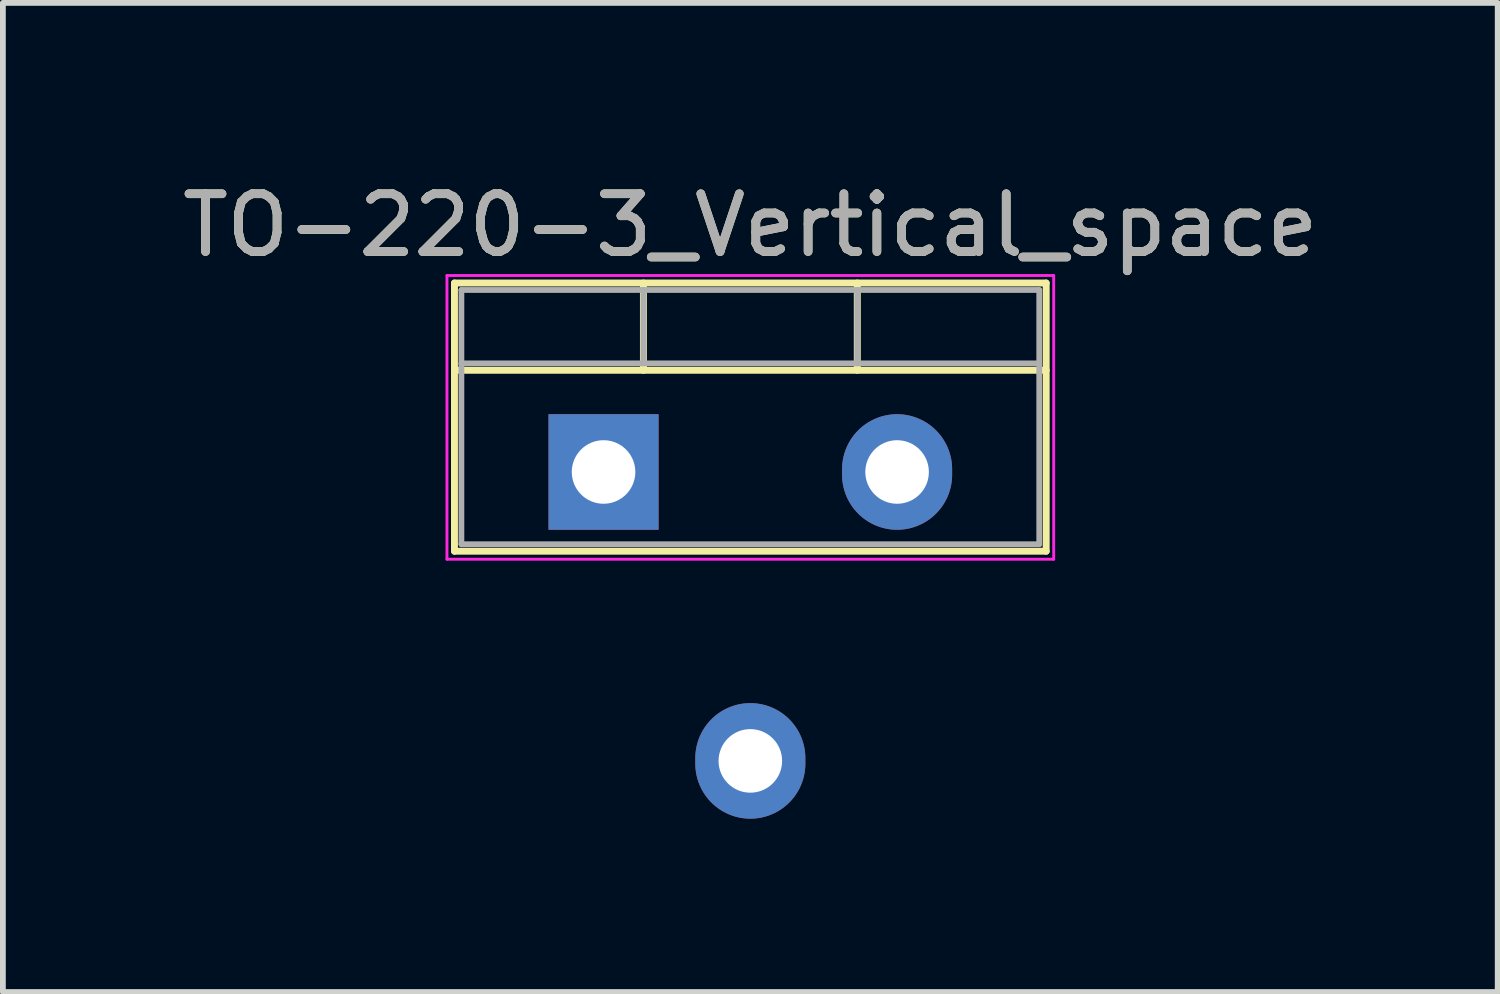
<source format=kicad_pcb>
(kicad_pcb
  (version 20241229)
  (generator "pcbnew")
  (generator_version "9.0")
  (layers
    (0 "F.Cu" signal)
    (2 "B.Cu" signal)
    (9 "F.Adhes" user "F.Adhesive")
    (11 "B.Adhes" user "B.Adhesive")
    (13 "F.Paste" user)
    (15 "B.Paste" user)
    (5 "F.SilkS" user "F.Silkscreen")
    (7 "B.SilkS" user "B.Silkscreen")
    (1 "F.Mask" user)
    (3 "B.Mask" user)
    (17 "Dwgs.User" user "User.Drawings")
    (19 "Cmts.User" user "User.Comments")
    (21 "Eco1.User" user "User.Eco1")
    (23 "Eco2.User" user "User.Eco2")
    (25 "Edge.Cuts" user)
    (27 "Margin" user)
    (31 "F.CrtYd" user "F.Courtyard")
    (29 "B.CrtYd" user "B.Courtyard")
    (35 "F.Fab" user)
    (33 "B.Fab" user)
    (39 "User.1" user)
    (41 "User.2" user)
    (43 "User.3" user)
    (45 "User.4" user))
  (footprint "TO-220-3_Vertical_space"
    (layer "F.Cu")
    (at 7.395 5.118)
    (property "Reference" "TO-220-3_Vertical_space" (at 2.54 -4.27 180) (layer "F.SilkS") (effects (font (size 1 1) (thickness 0.15))))
    (attr through_hole)
    (fp_line (start -2.58 -3.27) (end -2.58 1.371) (stroke (width 0.12) (type solid)) (layer "F.SilkS"))
    (fp_line (start -2.58 -3.27) (end 7.66 -3.27) (stroke (width 0.12) (type solid)) (layer "F.SilkS"))
    (fp_line (start -2.58 -1.76) (end 7.66 -1.76) (stroke (width 0.12) (type solid)) (layer "F.SilkS"))
    (fp_line (start -2.58 1.371) (end 7.66 1.371) (stroke (width 0.12) (type solid)) (layer "F.SilkS"))
    (fp_line (start 0.69 -3.27) (end 0.69 -1.76) (stroke (width 0.12) (type solid)) (layer "F.SilkS"))
    (fp_line (start 4.391 -3.27) (end 4.391 -1.76) (stroke (width 0.12) (type solid)) (layer "F.SilkS"))
    (fp_line (start 7.66 -3.27) (end 7.66 1.371) (stroke (width 0.12) (type solid)) (layer "F.SilkS"))
    (fp_line (start -2.71 -3.4) (end -2.71 1.51) (stroke (width 0.05) (type solid)) (layer "F.CrtYd"))
    (fp_line (start -2.71 1.51) (end 7.79 1.51) (stroke (width 0.05) (type solid)) (layer "F.CrtYd"))
    (fp_line (start 7.79 -3.4) (end -2.71 -3.4) (stroke (width 0.05) (type solid)) (layer "F.CrtYd"))
    (fp_line (start 7.79 1.51) (end 7.79 -3.4) (stroke (width 0.05) (type solid)) (layer "F.CrtYd"))
    (fp_line (start -2.46 -3.15) (end -2.46 1.25) (stroke (width 0.1) (type solid)) (layer "F.Fab"))
    (fp_line (start -2.46 -1.88) (end 7.54 -1.88) (stroke (width 0.1) (type solid)) (layer "F.Fab"))
    (fp_line (start -2.46 1.25) (end 7.54 1.25) (stroke (width 0.1) (type solid)) (layer "F.Fab"))
    (fp_line (start 0.69 -3.15) (end 0.69 -1.88) (stroke (width 0.1) (type solid)) (layer "F.Fab"))
    (fp_line (start 4.39 -3.15) (end 4.39 -1.88) (stroke (width 0.1) (type solid)) (layer "F.Fab"))
    (fp_line (start 7.54 -3.15) (end -2.46 -3.15) (stroke (width 0.1) (type solid)) (layer "F.Fab"))
    (fp_line (start 7.54 1.25) (end 7.54 -3.15) (stroke (width 0.1) (type solid)) (layer "F.Fab"))
    (fp_text user "${REFERENCE}" (at 2.54 -4.27 180) (layer "F.Fab") (effects (font (size 1 1) (thickness 0.15))))
    (pad "1" thru_hole rect (at 0 0) (size 1.905 2) (drill 1.1) (layers "*.Cu" "*.Mask"))
    (pad "2" thru_hole oval (at 2.54 5) (size 1.905 2) (drill 1.1) (layers "*.Cu" "*.Mask"))
    (pad "3" thru_hole oval (at 5.08 0) (size 1.905 2) (drill 1.1) (layers "*.Cu" "*.Mask")))
  (gr_rect
    (start -3 -3)
    (end 22.869 14.118)
    (stroke (width 0.1) (type default))
    (fill no)
    (layer "Edge.Cuts")))
</source>
